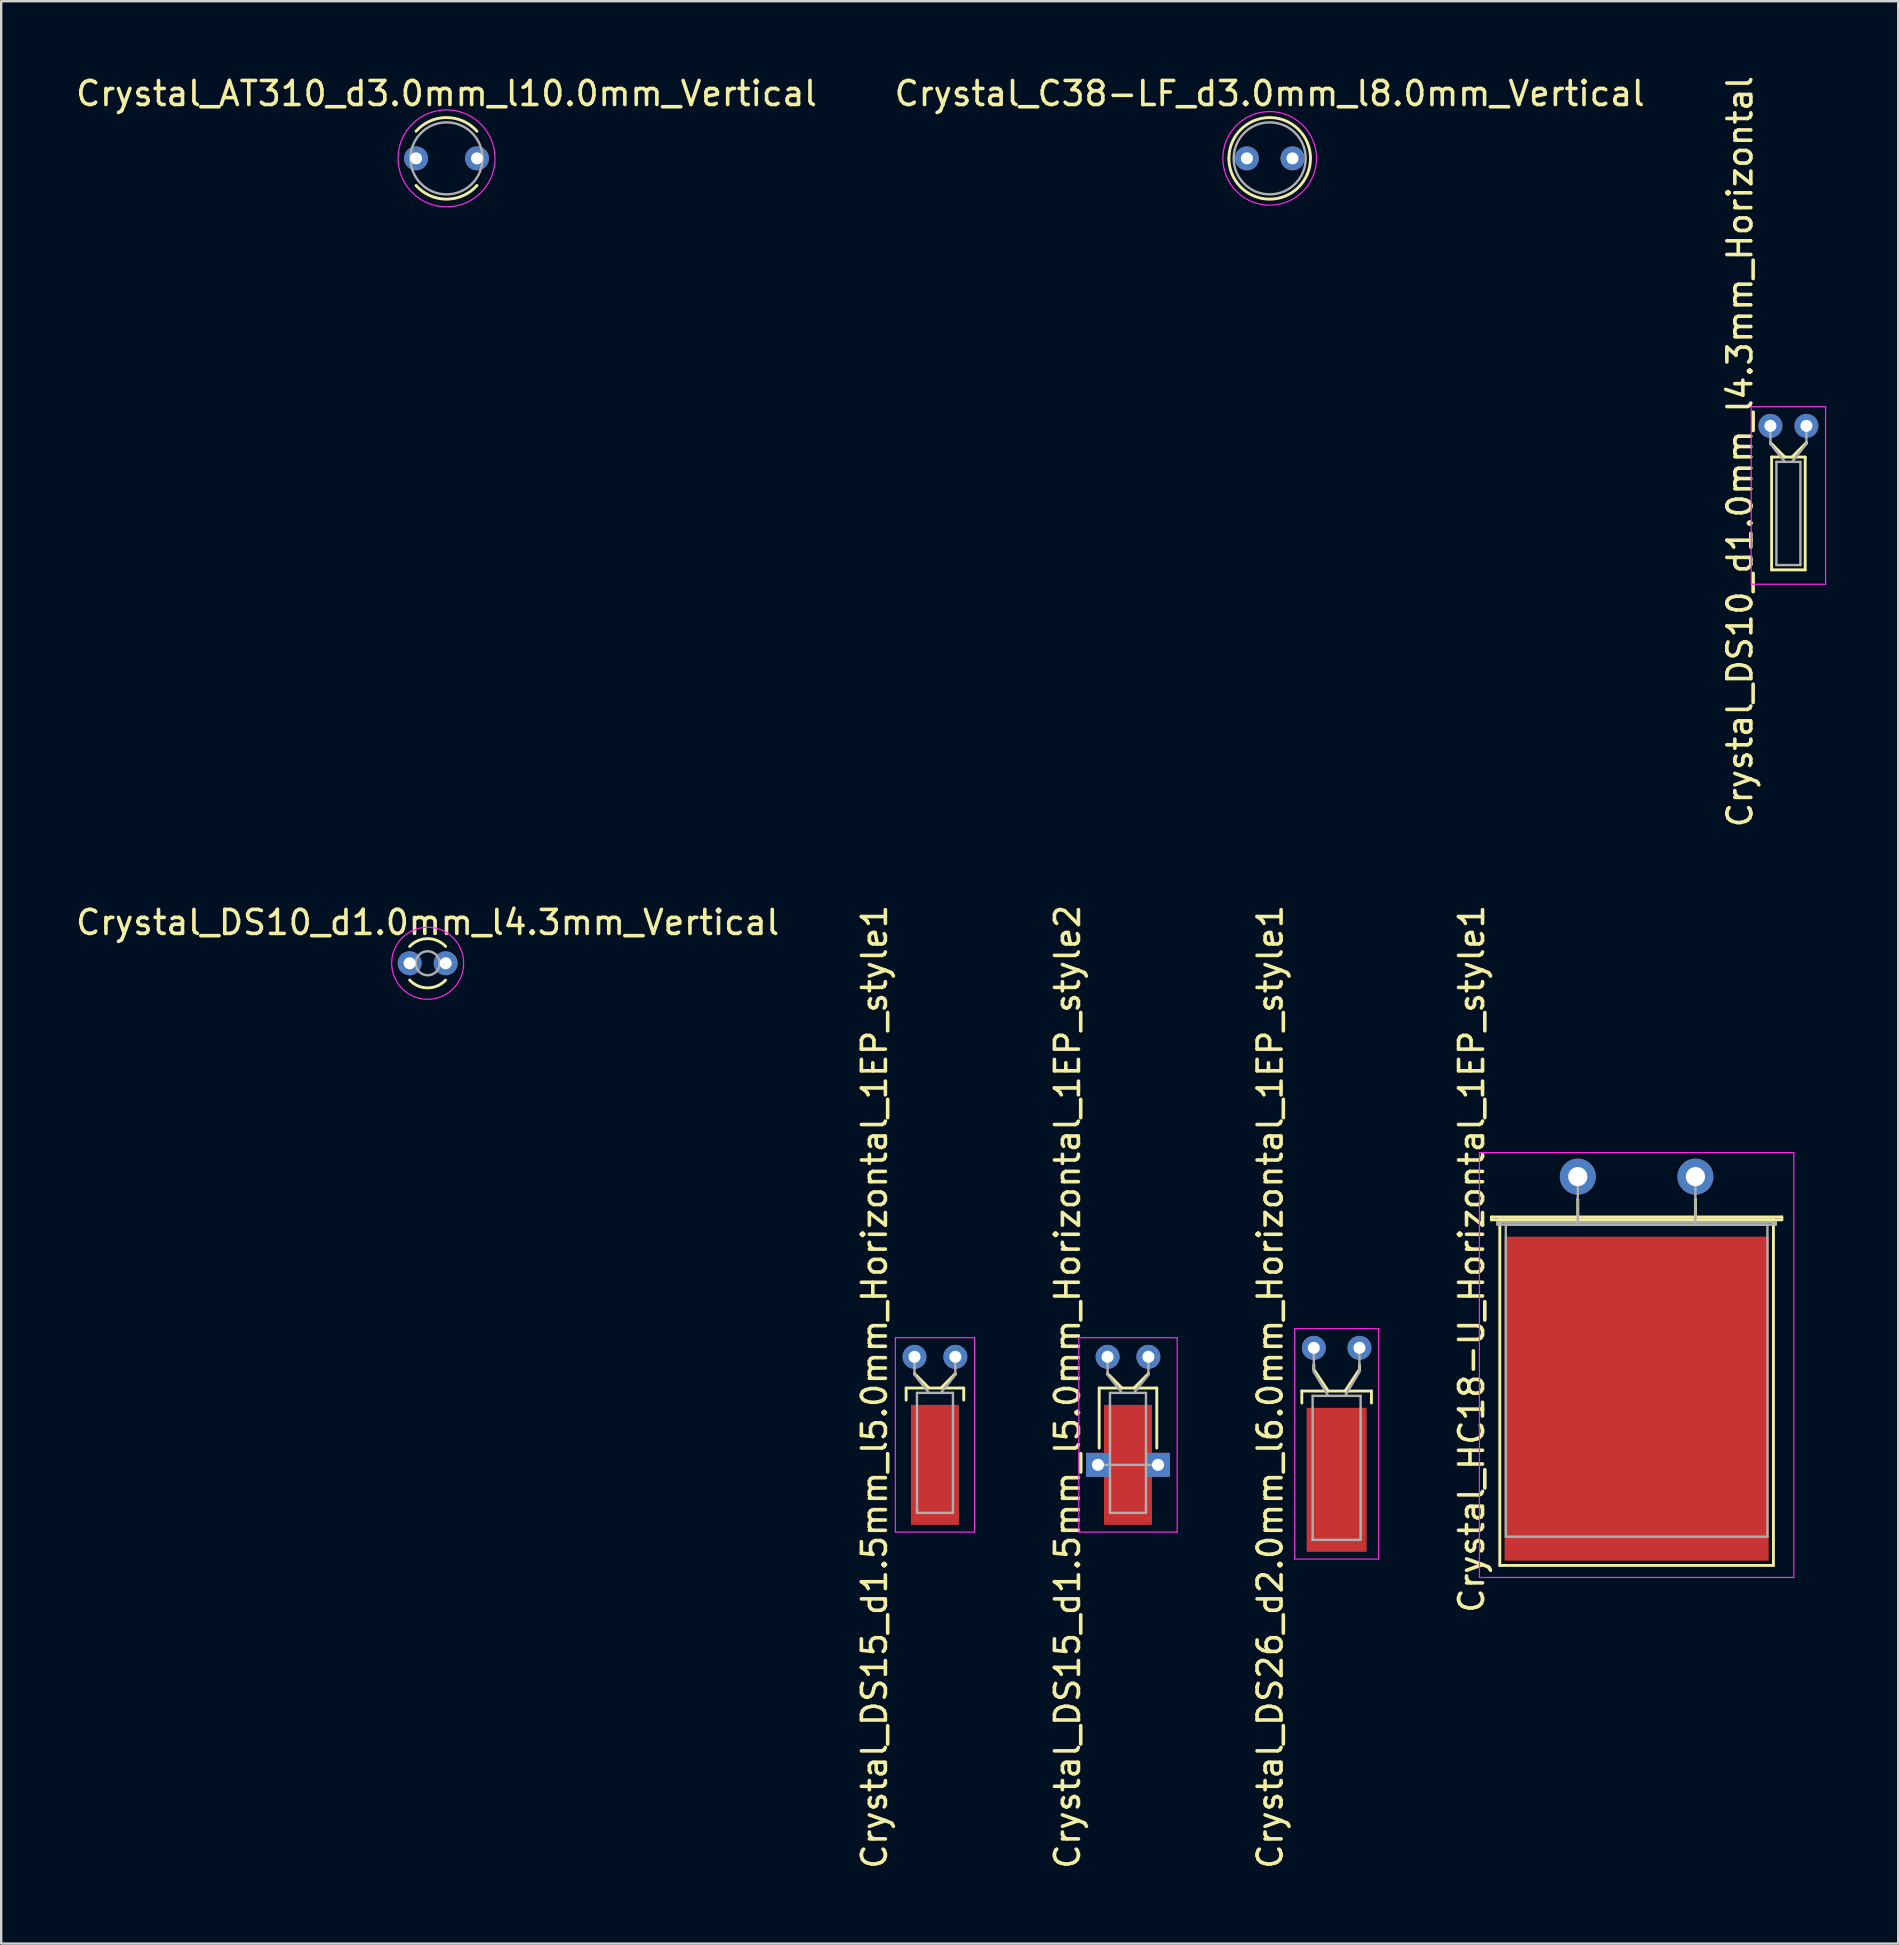
<source format=kicad_pcb>
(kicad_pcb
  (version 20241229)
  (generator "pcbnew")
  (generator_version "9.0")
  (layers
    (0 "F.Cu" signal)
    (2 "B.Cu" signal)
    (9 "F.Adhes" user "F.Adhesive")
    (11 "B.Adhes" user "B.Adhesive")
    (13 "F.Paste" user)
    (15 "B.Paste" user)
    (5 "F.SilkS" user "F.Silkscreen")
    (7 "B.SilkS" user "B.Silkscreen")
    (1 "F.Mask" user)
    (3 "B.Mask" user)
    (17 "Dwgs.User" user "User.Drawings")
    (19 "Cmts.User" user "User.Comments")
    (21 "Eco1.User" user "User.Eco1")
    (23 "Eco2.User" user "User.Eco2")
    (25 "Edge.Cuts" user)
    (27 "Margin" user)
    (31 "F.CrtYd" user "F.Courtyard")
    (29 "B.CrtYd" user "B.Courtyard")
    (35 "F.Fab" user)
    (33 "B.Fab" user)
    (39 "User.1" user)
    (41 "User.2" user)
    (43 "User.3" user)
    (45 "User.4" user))
  (footprint "Crystal_C38-LF_d3.0mm_l8.0mm_Vertical"
    (layer "F.Cu")
    (at 48.901 3.548)
    (property "Reference" "Crystal_C38-LF_d3.0mm_l8.0mm_Vertical" (at 0.95 -2.7 0) (layer "F.SilkS") (effects (font (size 1 1) (thickness 0.15))))
    (attr through_hole)
    (fp_arc (start -0.75 0) (mid 0.95 -1.7) (end 2.65 0) (stroke (width 0.12) (type solid)) (layer "F.SilkS"))
    (fp_arc (start 2.65 0) (mid 0.95 1.7) (end -0.75 0) (stroke (width 0.12) (type solid)) (layer "F.SilkS"))
    (fp_circle (center 0.95 0) (end 2.9 0) (stroke (width 0.05) (type solid)) (fill no) (layer "F.CrtYd"))
    (fp_circle (center 0.95 0) (end 2.45 0) (stroke (width 0.1) (type solid)) (fill no) (layer "F.Fab"))
    (pad "1" thru_hole circle (at 0 0) (size 1 1) (drill 0.5) (layers "*.Cu" "*.Mask"))
    (pad "2" thru_hole circle (at 1.9 0) (size 1 1) (drill 0.5) (layers "*.Cu" "*.Mask")))
  (footprint "Crystal_DS10_d1.0mm_l4.3mm_Vertical"
    (layer "F.Cu")
    (at 14.018 37.084)
    (property "Reference" "Crystal_DS10_d1.0mm_l4.3mm_Vertical" (at 0.75 -1.7 0) (layer "F.SilkS") (effects (font (size 1 1) (thickness 0.15))))
    (attr through_hole)
    (fp_arc (start 0 -0.7) (mid 0.749553 -1.025914) (end 1.49939 -0.700653) (stroke (width 0.12) (type solid)) (layer "F.SilkS"))
    (fp_arc (start 1.49939 0.700653) (mid 0.749553 1.025914) (end 0 0.7) (stroke (width 0.12) (type solid)) (layer "F.SilkS"))
    (fp_circle (center 0.75 0) (end 2.25 0) (stroke (width 0.05) (type solid)) (fill no) (layer "F.CrtYd"))
    (fp_circle (center 0.75 0) (end 1.25 0) (stroke (width 0.1) (type solid)) (fill no) (layer "F.Fab"))
    (pad "1" thru_hole circle (at 0 0) (size 1 1) (drill 0.5) (layers "*.Cu" "*.Mask"))
    (pad "2" thru_hole circle (at 1.5 0) (size 1 1) (drill 0.5) (layers "*.Cu" "*.Mask")))
  (footprint "Crystal_DS15_d1.5mm_l5.0mm_Horizontal_1EP_style1"
    (layer "F.Cu")
    (at 35.054 53.482)
    (property "Reference" "Crystal_DS15_d1.5mm_l5.0mm_Horizontal_1EP_style1" (at -1.67 1.25 90) (layer "F.SilkS") (effects (font (size 1 1) (thickness 0.15))))
    (attr through_hole)
    (fp_line (start -0.35 1.3) (end 2.05 1.3) (stroke (width 0.12) (type solid)) (layer "F.SilkS"))
    (fp_line (start -0.35 1.8) (end -0.35 1.3) (stroke (width 0.12) (type solid)) (layer "F.SilkS"))
    (fp_line (start 0 0.7) (end 0 0.7) (stroke (width 0.12) (type solid)) (layer "F.SilkS"))
    (fp_line (start 0.6 1.3) (end 0 0.7) (stroke (width 0.12) (type solid)) (layer "F.SilkS"))
    (fp_line (start 1.1 1.3) (end 1.7 0.7) (stroke (width 0.12) (type solid)) (layer "F.SilkS"))
    (fp_line (start 1.7 0.7) (end 1.7 0.7) (stroke (width 0.12) (type solid)) (layer "F.SilkS"))
    (fp_line (start 2.05 1.3) (end 2.05 1.8) (stroke (width 0.12) (type solid)) (layer "F.SilkS"))
    (fp_line (start -0.8 -0.8) (end -0.8 7.3) (stroke (width 0.05) (type solid)) (layer "F.CrtYd"))
    (fp_line (start -0.8 7.3) (end 2.5 7.3) (stroke (width 0.05) (type solid)) (layer "F.CrtYd"))
    (fp_line (start 2.5 -0.8) (end -0.8 -0.8) (stroke (width 0.05) (type solid)) (layer "F.CrtYd"))
    (fp_line (start 2.5 7.3) (end 2.5 -0.8) (stroke (width 0.05) (type solid)) (layer "F.CrtYd"))
    (fp_line (start 0 0.75) (end 0 0) (stroke (width 0.1) (type solid)) (layer "F.Fab"))
    (fp_line (start 0.1 1.5) (end 0.1 6.5) (stroke (width 0.1) (type solid)) (layer "F.Fab"))
    (fp_line (start 0.1 6.5) (end 1.6 6.5) (stroke (width 0.1) (type solid)) (layer "F.Fab"))
    (fp_line (start 0.6 1.5) (end 0 0.75) (stroke (width 0.1) (type solid)) (layer "F.Fab"))
    (fp_line (start 1.1 1.5) (end 1.7 0.75) (stroke (width 0.1) (type solid)) (layer "F.Fab"))
    (fp_line (start 1.6 1.5) (end 0.1 1.5) (stroke (width 0.1) (type solid)) (layer "F.Fab"))
    (fp_line (start 1.6 6.5) (end 1.6 1.5) (stroke (width 0.1) (type solid)) (layer "F.Fab"))
    (fp_line (start 1.7 0.75) (end 1.7 0) (stroke (width 0.1) (type solid)) (layer "F.Fab"))
    (pad "1" thru_hole circle (at 0 0) (size 1 1) (drill 0.5) (layers "*.Cu" "*.Mask"))
    (pad "2" thru_hole circle (at 1.7 0) (size 1 1) (drill 0.5) (layers "*.Cu" "*.Mask"))
    (pad "3" smd rect (at 0.85 4.5) (size 2 5) (layers "F.Cu" "F.Mask")))
  (footprint "Crystal_HC18-U_Horizontal_1EP_style1"
    (layer "F.Cu")
    (at 62.689 45.974)
    (property "Reference" "Crystal_HC18-U_Horizontal_1EP_style1" (at -4.425 3.425 90) (layer "F.SilkS") (effects (font (size 1 1) (thickness 0.15))))
    (attr through_hole)
    (fp_line (start -3.6 1.68) (end 8.5 1.68) (stroke (width 0.12) (type solid)) (layer "F.SilkS"))
    (fp_line (start -3.6 1.8) (end -3.6 1.68) (stroke (width 0.12) (type solid)) (layer "F.SilkS"))
    (fp_line (start -3.25 1.8) (end -3.25 16.2) (stroke (width 0.12) (type solid)) (layer "F.SilkS"))
    (fp_line (start -3.25 16.2) (end 8.15 16.2) (stroke (width 0.12) (type solid)) (layer "F.SilkS"))
    (fp_line (start 0 0.95) (end 0 0.95) (stroke (width 0.12) (type solid)) (layer "F.SilkS"))
    (fp_line (start 0 1.8) (end 0 0.95) (stroke (width 0.12) (type solid)) (layer "F.SilkS"))
    (fp_line (start 4.9 0.95) (end 4.9 0.95) (stroke (width 0.12) (type solid)) (layer "F.SilkS"))
    (fp_line (start 4.9 1.8) (end 4.9 0.95) (stroke (width 0.12) (type solid)) (layer "F.SilkS"))
    (fp_line (start 8.15 1.8) (end -3.25 1.8) (stroke (width 0.12) (type solid)) (layer "F.SilkS"))
    (fp_line (start 8.15 16.2) (end 8.15 1.8) (stroke (width 0.12) (type solid)) (layer "F.SilkS"))
    (fp_line (start 8.5 1.68) (end 8.5 1.8) (stroke (width 0.12) (type solid)) (layer "F.SilkS"))
    (fp_line (start 8.5 1.8) (end -3.6 1.8) (stroke (width 0.12) (type solid)) (layer "F.SilkS"))
    (fp_line (start -4.1 -1) (end -4.1 16.7) (stroke (width 0.05) (type solid)) (layer "F.CrtYd"))
    (fp_line (start -4.1 16.7) (end 9 16.7) (stroke (width 0.05) (type solid)) (layer "F.CrtYd"))
    (fp_line (start 9 -1) (end -4.1 -1) (stroke (width 0.05) (type solid)) (layer "F.CrtYd"))
    (fp_line (start 9 16.7) (end 9 -1) (stroke (width 0.05) (type solid)) (layer "F.CrtYd"))
    (fp_line (start -3.35 1.9) (end 8.25 1.9) (stroke (width 0.1) (type solid)) (layer "F.Fab"))
    (fp_line (start -3.35 2) (end -3.35 1.9) (stroke (width 0.1) (type solid)) (layer "F.Fab"))
    (fp_line (start -3 2) (end -3 15) (stroke (width 0.1) (type solid)) (layer "F.Fab"))
    (fp_line (start -3 15) (end 7.9 15) (stroke (width 0.1) (type solid)) (layer "F.Fab"))
    (fp_line (start 0 1) (end 0 0) (stroke (width 0.1) (type solid)) (layer "F.Fab"))
    (fp_line (start 0 2) (end 0 1) (stroke (width 0.1) (type solid)) (layer "F.Fab"))
    (fp_line (start 4.9 1) (end 4.9 0) (stroke (width 0.1) (type solid)) (layer "F.Fab"))
    (fp_line (start 4.9 2) (end 4.9 1) (stroke (width 0.1) (type solid)) (layer "F.Fab"))
    (fp_line (start 7.9 2) (end -3 2) (stroke (width 0.1) (type solid)) (layer "F.Fab"))
    (fp_line (start 7.9 15) (end 7.9 2) (stroke (width 0.1) (type solid)) (layer "F.Fab"))
    (fp_line (start 8.25 1.9) (end 8.25 2) (stroke (width 0.1) (type solid)) (layer "F.Fab"))
    (fp_line (start 8.25 2) (end -3.35 2) (stroke (width 0.1) (type solid)) (layer "F.Fab"))
    (pad "1" thru_hole circle (at 0 0) (size 1.5 1.5) (drill 0.8) (layers "*.Cu" "*.Mask"))
    (pad "2" thru_hole circle (at 4.9 0) (size 1.5 1.5) (drill 0.8) (layers "*.Cu" "*.Mask"))
    (pad "3" smd rect (at 2.45 9.25) (size 11 13.5) (layers "F.Cu" "F.Mask")))
  (footprint "Crystal_DS10_d1.0mm_l4.3mm_Horizontal"
    (layer "F.Cu")
    (at 70.713 14.693)
    (property "Reference" "Crystal_DS10_d1.0mm_l4.3mm_Horizontal" (at -1.27 1.075 90) (layer "F.SilkS") (effects (font (size 1 1) (thickness 0.15))))
    (attr through_hole)
    (fp_line (start 0 0.7) (end 0 0.7) (stroke (width 0.12) (type solid)) (layer "F.SilkS"))
    (fp_line (start 0.05 1.3) (end 0.05 6) (stroke (width 0.12) (type solid)) (layer "F.SilkS"))
    (fp_line (start 0.05 6) (end 1.45 6) (stroke (width 0.12) (type solid)) (layer "F.SilkS"))
    (fp_line (start 0.6 1.3) (end 0 0.7) (stroke (width 0.12) (type solid)) (layer "F.SilkS"))
    (fp_line (start 0.9 1.3) (end 1.5 0.7) (stroke (width 0.12) (type solid)) (layer "F.SilkS"))
    (fp_line (start 1.45 1.3) (end 0.05 1.3) (stroke (width 0.12) (type solid)) (layer "F.SilkS"))
    (fp_line (start 1.45 6) (end 1.45 1.3) (stroke (width 0.12) (type solid)) (layer "F.SilkS"))
    (fp_line (start 1.5 0.7) (end 1.5 0.7) (stroke (width 0.12) (type solid)) (layer "F.SilkS"))
    (fp_line (start -0.8 -0.8) (end -0.8 6.6) (stroke (width 0.05) (type solid)) (layer "F.CrtYd"))
    (fp_line (start -0.8 6.6) (end 2.3 6.6) (stroke (width 0.05) (type solid)) (layer "F.CrtYd"))
    (fp_line (start 2.3 -0.8) (end -0.8 -0.8) (stroke (width 0.05) (type solid)) (layer "F.CrtYd"))
    (fp_line (start 2.3 6.6) (end 2.3 -0.8) (stroke (width 0.05) (type solid)) (layer "F.CrtYd"))
    (fp_line (start 0 0.75) (end 0 0) (stroke (width 0.1) (type solid)) (layer "F.Fab"))
    (fp_line (start 0.25 1.5) (end 0.25 5.8) (stroke (width 0.1) (type solid)) (layer "F.Fab"))
    (fp_line (start 0.25 5.8) (end 1.25 5.8) (stroke (width 0.1) (type solid)) (layer "F.Fab"))
    (fp_line (start 0.6 1.5) (end 0 0.75) (stroke (width 0.1) (type solid)) (layer "F.Fab"))
    (fp_line (start 0.9 1.5) (end 1.5 0.75) (stroke (width 0.1) (type solid)) (layer "F.Fab"))
    (fp_line (start 1.25 1.5) (end 0.25 1.5) (stroke (width 0.1) (type solid)) (layer "F.Fab"))
    (fp_line (start 1.25 5.8) (end 1.25 1.5) (stroke (width 0.1) (type solid)) (layer "F.Fab"))
    (fp_line (start 1.5 0.75) (end 1.5 0) (stroke (width 0.1) (type solid)) (layer "F.Fab"))
    (pad "1" thru_hole circle (at 0 0) (size 1 1) (drill 0.5) (layers "*.Cu" "*.Mask"))
    (pad "2" thru_hole circle (at 1.5 0) (size 1 1) (drill 0.5) (layers "*.Cu" "*.Mask")))
  (footprint "Crystal_DS26_d2.0mm_l6.0mm_Horizontal_1EP_style1"
    (layer "F.Cu")
    (at 51.69 53.107)
    (property "Reference" "Crystal_DS26_d2.0mm_l6.0mm_Horizontal_1EP_style1" (at -1.82 1.625 90) (layer "F.SilkS") (effects (font (size 1 1) (thickness 0.15))))
    (attr through_hole)
    (fp_line (start -0.5 1.8) (end 2.4 1.8) (stroke (width 0.12) (type solid)) (layer "F.SilkS"))
    (fp_line (start -0.5 2.3) (end -0.5 1.8) (stroke (width 0.12) (type solid)) (layer "F.SilkS"))
    (fp_line (start 0 0.9) (end 0 0.7) (stroke (width 0.12) (type solid)) (layer "F.SilkS"))
    (fp_line (start 0.6 1.8) (end 0 0.9) (stroke (width 0.12) (type solid)) (layer "F.SilkS"))
    (fp_line (start 1.3 1.8) (end 1.9 0.9) (stroke (width 0.12) (type solid)) (layer "F.SilkS"))
    (fp_line (start 1.9 0.9) (end 1.9 0.7) (stroke (width 0.12) (type solid)) (layer "F.SilkS"))
    (fp_line (start 2.4 1.8) (end 2.4 2.3) (stroke (width 0.12) (type solid)) (layer "F.SilkS"))
    (fp_line (start -0.8 -0.8) (end -0.8 8.8) (stroke (width 0.05) (type solid)) (layer "F.CrtYd"))
    (fp_line (start -0.8 8.8) (end 2.7 8.8) (stroke (width 0.05) (type solid)) (layer "F.CrtYd"))
    (fp_line (start 2.7 -0.8) (end -0.8 -0.8) (stroke (width 0.05) (type solid)) (layer "F.CrtYd"))
    (fp_line (start 2.7 8.8) (end 2.7 -0.8) (stroke (width 0.05) (type solid)) (layer "F.CrtYd"))
    (fp_line (start -0.05 2) (end -0.05 8) (stroke (width 0.1) (type solid)) (layer "F.Fab"))
    (fp_line (start -0.05 8) (end 1.95 8) (stroke (width 0.1) (type solid)) (layer "F.Fab"))
    (fp_line (start 0 1) (end 0 0) (stroke (width 0.1) (type solid)) (layer "F.Fab"))
    (fp_line (start 0.6 2) (end 0 1) (stroke (width 0.1) (type solid)) (layer "F.Fab"))
    (fp_line (start 1.3 2) (end 1.9 1) (stroke (width 0.1) (type solid)) (layer "F.Fab"))
    (fp_line (start 1.9 1) (end 1.9 0) (stroke (width 0.1) (type solid)) (layer "F.Fab"))
    (fp_line (start 1.95 2) (end -0.05 2) (stroke (width 0.1) (type solid)) (layer "F.Fab"))
    (fp_line (start 1.95 8) (end 1.95 2) (stroke (width 0.1) (type solid)) (layer "F.Fab"))
    (pad "1" thru_hole circle (at 0 0) (size 1 1) (drill 0.5) (layers "*.Cu" "*.Mask"))
    (pad "2" thru_hole circle (at 1.9 0) (size 1 1) (drill 0.5) (layers "*.Cu" "*.Mask"))
    (pad "3" smd rect (at 0.95 5.5) (size 2.5 6) (layers "F.Cu" "F.Mask")))
  (footprint "Crystal_AT310_d3.0mm_l10.0mm_Vertical"
    (layer "F.Cu")
    (at 14.284 3.548)
    (property "Reference" "Crystal_AT310_d3.0mm_l10.0mm_Vertical" (at 1.27 -2.7 0) (layer "F.SilkS") (effects (font (size 1 1) (thickness 0.15))))
    (attr through_hole)
    (fp_arc (start 0 -1.130088) (mid 1.270408 -1.7) (end 2.540542 -1.129479) (stroke (width 0.12) (type solid)) (layer "F.SilkS"))
    (fp_arc (start 2.540542 1.129479) (mid 1.270408 1.7) (end 0 1.130088) (stroke (width 0.12) (type solid)) (layer "F.SilkS"))
    (fp_circle (center 1.27 0) (end 3.29 0) (stroke (width 0.05) (type solid)) (fill no) (layer "F.CrtYd"))
    (fp_circle (center 1.27 0) (end 2.77 0) (stroke (width 0.1) (type solid)) (fill no) (layer "F.Fab"))
    (pad "1" thru_hole circle (at 0 0) (size 1 1) (drill 0.5) (layers "*.Cu" "*.Mask"))
    (pad "2" thru_hole circle (at 2.54 0) (size 1 1) (drill 0.5) (layers "*.Cu" "*.Mask")))
  (footprint "Crystal_DS15_d1.5mm_l5.0mm_Horizontal_1EP_style2"
    (layer "F.Cu")
    (at 43.097 53.482)
    (property "Reference" "Crystal_DS15_d1.5mm_l5.0mm_Horizontal_1EP_style2" (at -1.67 1.25 90) (layer "F.SilkS") (effects (font (size 1 1) (thickness 0.15))))
    (attr through_hole)
    (fp_line (start -0.35 1.3) (end 2.05 1.3) (stroke (width 0.12) (type solid)) (layer "F.SilkS"))
    (fp_line (start -0.35 3.8) (end -0.35 1.3) (stroke (width 0.12) (type solid)) (layer "F.SilkS"))
    (fp_line (start 0 0.7) (end 0 0.7) (stroke (width 0.12) (type solid)) (layer "F.SilkS"))
    (fp_line (start 0.6 1.3) (end 0 0.7) (stroke (width 0.12) (type solid)) (layer "F.SilkS"))
    (fp_line (start 1.1 1.3) (end 1.7 0.7) (stroke (width 0.12) (type solid)) (layer "F.SilkS"))
    (fp_line (start 1.7 0.7) (end 1.7 0.7) (stroke (width 0.12) (type solid)) (layer "F.SilkS"))
    (fp_line (start 2.05 1.3) (end 2.05 3.8) (stroke (width 0.12) (type solid)) (layer "F.SilkS"))
    (fp_line (start -1.2 -0.8) (end -1.2 7.3) (stroke (width 0.05) (type solid)) (layer "F.CrtYd"))
    (fp_line (start -1.2 7.3) (end 2.9 7.3) (stroke (width 0.05) (type solid)) (layer "F.CrtYd"))
    (fp_line (start 2.9 -0.8) (end -1.2 -0.8) (stroke (width 0.05) (type solid)) (layer "F.CrtYd"))
    (fp_line (start 2.9 7.3) (end 2.9 -0.8) (stroke (width 0.05) (type solid)) (layer "F.CrtYd"))
    (fp_line (start -0.4 4.5) (end 2.1 4.5) (stroke (width 0.1) (type solid)) (layer "F.Fab"))
    (fp_line (start 0 0.75) (end 0 0) (stroke (width 0.1) (type solid)) (layer "F.Fab"))
    (fp_line (start 0.1 1.5) (end 0.1 6.5) (stroke (width 0.1) (type solid)) (layer "F.Fab"))
    (fp_line (start 0.1 6.5) (end 1.6 6.5) (stroke (width 0.1) (type solid)) (layer "F.Fab"))
    (fp_line (start 0.6 1.5) (end 0 0.75) (stroke (width 0.1) (type solid)) (layer "F.Fab"))
    (fp_line (start 1.1 1.5) (end 1.7 0.75) (stroke (width 0.1) (type solid)) (layer "F.Fab"))
    (fp_line (start 1.6 1.5) (end 0.1 1.5) (stroke (width 0.1) (type solid)) (layer "F.Fab"))
    (fp_line (start 1.6 6.5) (end 1.6 1.5) (stroke (width 0.1) (type solid)) (layer "F.Fab"))
    (fp_line (start 1.7 0.75) (end 1.7 0) (stroke (width 0.1) (type solid)) (layer "F.Fab"))
    (pad "1" thru_hole circle (at 0 0) (size 1 1) (drill 0.5) (layers "*.Cu" "*.Mask"))
    (pad "2" thru_hole circle (at 1.7 0) (size 1 1) (drill 0.5) (layers "*.Cu" "*.Mask"))
    (pad "3" thru_hole rect (at -0.4 4.5) (size 1 1) (drill 0.5) (layers "*.Cu" "*.Mask"))
    (pad "3" smd rect (at 0.85 4.5) (size 2 5) (layers "F.Cu" "F.Mask"))
    (pad "3" thru_hole rect (at 2.1 4.5) (size 1 1) (drill 0.5) (layers "*.Cu" "*.Mask")))
  (gr_rect
    (start -3 -3)
    (end 76.038 77.929)
    (stroke (width 0.1) (type default))
    (fill no)
    (layer "Edge.Cuts")))
</source>
